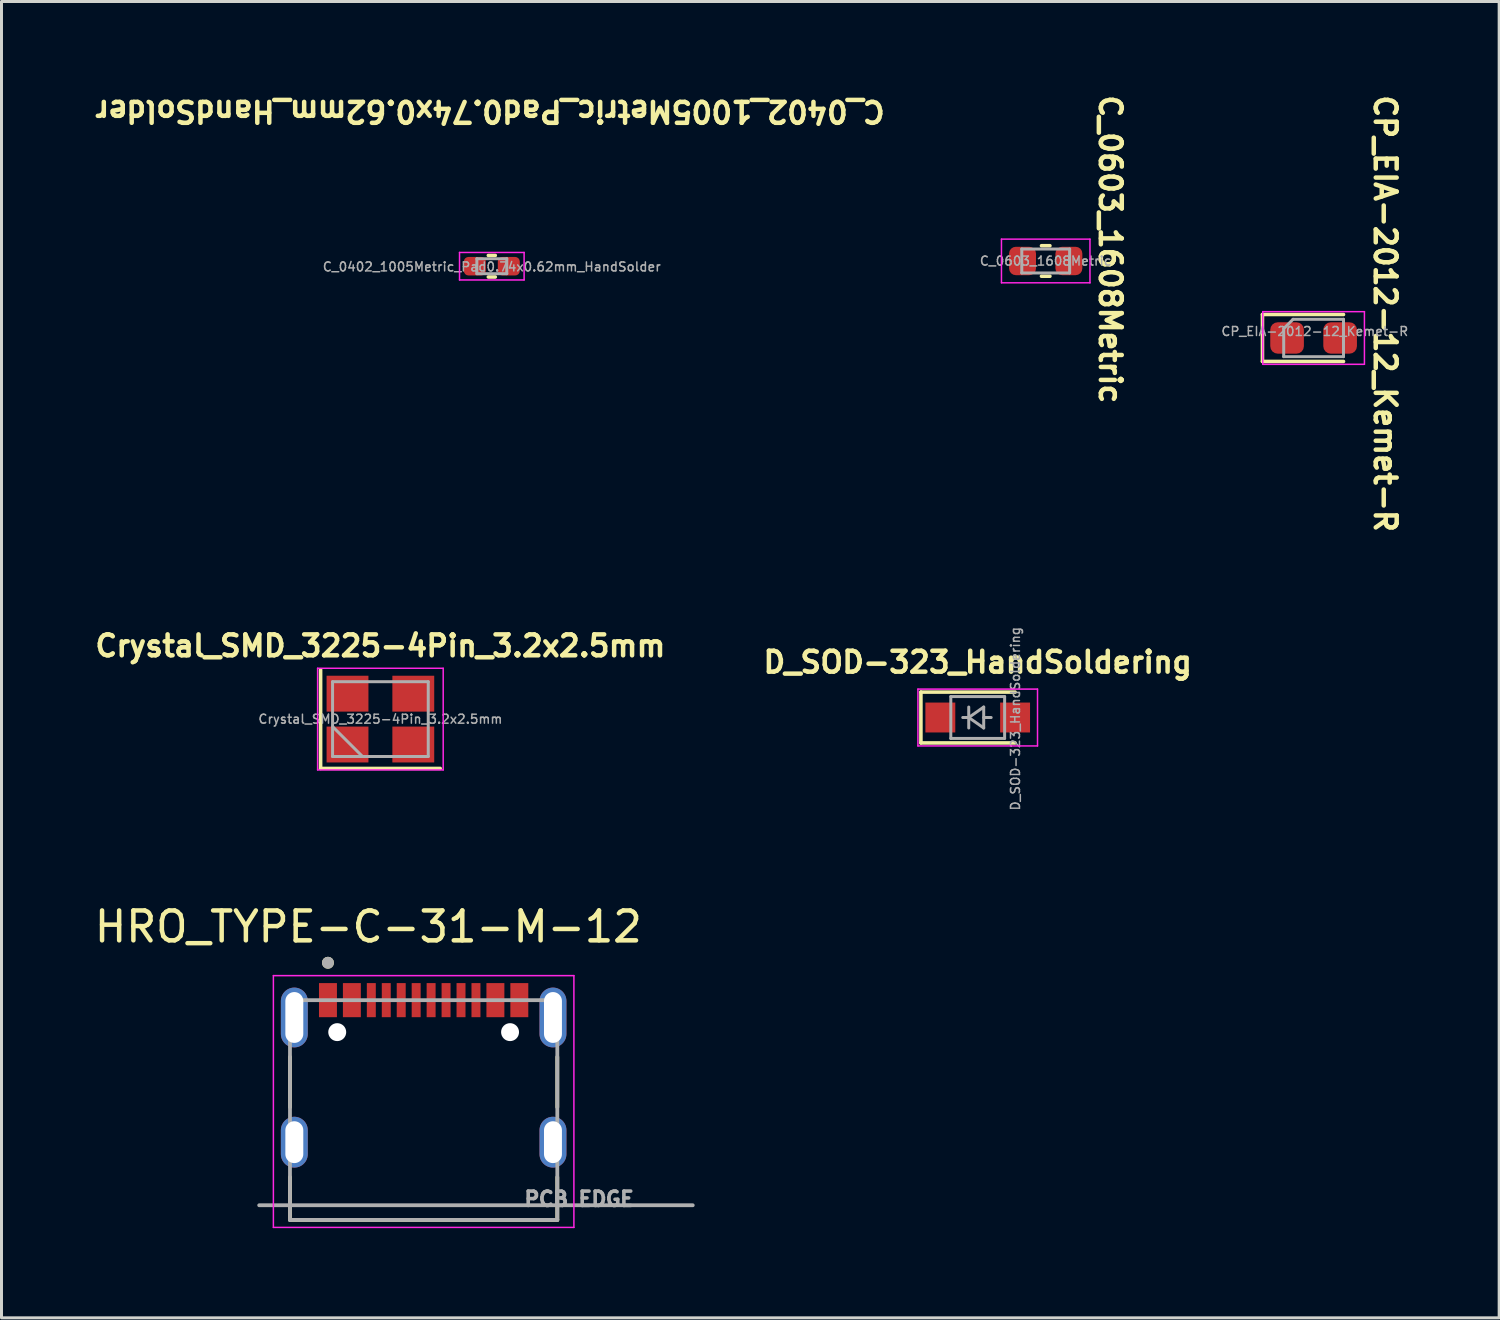
<source format=kicad_pcb>
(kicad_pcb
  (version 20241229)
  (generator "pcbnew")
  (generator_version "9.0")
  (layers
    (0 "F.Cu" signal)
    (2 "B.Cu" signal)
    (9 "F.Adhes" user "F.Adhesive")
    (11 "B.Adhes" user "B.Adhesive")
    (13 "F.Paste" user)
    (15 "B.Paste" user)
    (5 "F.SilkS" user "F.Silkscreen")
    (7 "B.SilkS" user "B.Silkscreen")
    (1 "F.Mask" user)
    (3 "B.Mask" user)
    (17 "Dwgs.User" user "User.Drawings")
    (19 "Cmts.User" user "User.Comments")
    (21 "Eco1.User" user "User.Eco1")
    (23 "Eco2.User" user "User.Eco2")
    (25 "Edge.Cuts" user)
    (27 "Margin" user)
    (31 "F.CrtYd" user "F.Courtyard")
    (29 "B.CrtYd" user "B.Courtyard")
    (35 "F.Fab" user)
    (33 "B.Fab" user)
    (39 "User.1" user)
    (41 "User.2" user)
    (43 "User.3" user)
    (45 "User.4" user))
  (footprint "C_0402_1005Metric_Pad0.74x0.62mm_HandSolder"
    (layer "F.Cu")
    (at 13.398 5.853)
    (property "Reference" "C_0402_1005Metric_Pad0.74x0.62mm_HandSolder" (at -0.06 -5.18 180) (unlocked yes) (layer "F.SilkS") (effects (font (size 0.7 0.7) (thickness 0.15))))
    (attr smd)
    (fp_line (start -0.116 -0.36) (end 0.116 -0.36) (stroke (width 0.12) (type solid)) (layer "F.SilkS"))
    (fp_line (start -0.116 0.36) (end 0.116 0.36) (stroke (width 0.12) (type solid)) (layer "F.SilkS"))
    (fp_line (start -1.08 -0.46) (end 1.08 -0.46) (stroke (width 0.05) (type solid)) (layer "F.CrtYd"))
    (fp_line (start -1.08 0.46) (end -1.08 -0.46) (stroke (width 0.05) (type solid)) (layer "F.CrtYd"))
    (fp_line (start 1.08 -0.46) (end 1.08 0.46) (stroke (width 0.05) (type solid)) (layer "F.CrtYd"))
    (fp_line (start 1.08 0.46) (end -1.08 0.46) (stroke (width 0.05) (type solid)) (layer "F.CrtYd"))
    (fp_line (start -0.5 -0.25) (end 0.5 -0.25) (stroke (width 0.1) (type solid)) (layer "F.Fab"))
    (fp_line (start -0.5 0.25) (end -0.5 -0.25) (stroke (width 0.1) (type solid)) (layer "F.Fab"))
    (fp_line (start 0.5 -0.25) (end 0.5 0.25) (stroke (width 0.1) (type solid)) (layer "F.Fab"))
    (fp_line (start 0.5 0.25) (end -0.5 0.25) (stroke (width 0.1) (type solid)) (layer "F.Fab"))
    (fp_text user "${REFERENCE}" (at 0 0.02 0) (layer "F.Fab") (effects (font (size 0.3 0.3) (thickness 0.05))))
    (pad "1" smd roundrect (at -0.568 0) (size 0.735 0.62) (layers "F.Cu" "F.Mask" "F.Paste") (roundrect_rratio 0.25))
    (pad "2" smd roundrect (at 0.568 0) (size 0.735 0.62) (layers "F.Cu" "F.Mask" "F.Paste") (roundrect_rratio 0.25)))
  (footprint "C_0603_1608Metric"
    (layer "F.Cu")
    (at 31.922 5.678)
    (property "Reference" "C_0603_1608Metric" (at 2.16 -0.39 270) (unlocked yes) (layer "F.SilkS") (effects (font (size 0.7 0.7) (thickness 0.15))))
    (attr smd)
    (fp_line (start -0.141 -0.51) (end 0.141 -0.51) (stroke (width 0.12) (type solid)) (layer "F.SilkS"))
    (fp_line (start -0.141 0.51) (end 0.141 0.51) (stroke (width 0.12) (type solid)) (layer "F.SilkS"))
    (fp_line (start -1.48 -0.73) (end 1.48 -0.73) (stroke (width 0.05) (type solid)) (layer "F.CrtYd"))
    (fp_line (start -1.48 0.73) (end -1.48 -0.73) (stroke (width 0.05) (type solid)) (layer "F.CrtYd"))
    (fp_line (start 1.48 -0.73) (end 1.48 0.73) (stroke (width 0.05) (type solid)) (layer "F.CrtYd"))
    (fp_line (start 1.48 0.73) (end -1.48 0.73) (stroke (width 0.05) (type solid)) (layer "F.CrtYd"))
    (fp_line (start -0.8 -0.4) (end 0.8 -0.4) (stroke (width 0.1) (type solid)) (layer "F.Fab"))
    (fp_line (start -0.8 0.4) (end -0.8 -0.4) (stroke (width 0.1) (type solid)) (layer "F.Fab"))
    (fp_line (start 0.8 -0.4) (end 0.8 0.4) (stroke (width 0.1) (type solid)) (layer "F.Fab"))
    (fp_line (start 0.8 0.4) (end -0.8 0.4) (stroke (width 0.1) (type solid)) (layer "F.Fab"))
    (fp_text user "${REFERENCE}" (at 0 0 0) (layer "F.Fab") (effects (font (size 0.3 0.3) (thickness 0.05))))
    (pad "1" smd roundrect (at -0.775 0) (size 0.9 0.95) (layers "F.Cu" "F.Mask" "F.Paste") (roundrect_rratio 0.25))
    (pad "2" smd roundrect (at 0.775 0) (size 0.9 0.95) (layers "F.Cu" "F.Mask" "F.Paste") (roundrect_rratio 0.25)))
  (footprint "CP_EIA-2012-12_Kemet-R"
    (layer "F.Cu")
    (at 40.881 8.253)
    (property "Reference" "CP_EIA-2012-12_Kemet-R" (at 2.395 -0.815 270) (unlocked yes) (layer "F.SilkS") (effects (font (size 0.7 0.7) (thickness 0.15))))
    (attr smd)
    (fp_line (start -1.71 -0.785) (end -1.71 0.785) (stroke (width 0.12) (type solid)) (layer "F.SilkS"))
    (fp_line (start -1.71 0.785) (end 1 0.785) (stroke (width 0.12) (type solid)) (layer "F.SilkS"))
    (fp_line (start 1 -0.785) (end -1.71 -0.785) (stroke (width 0.12) (type solid)) (layer "F.SilkS"))
    (fp_line (start -1.7 -0.88) (end 1.7 -0.88) (stroke (width 0.05) (type solid)) (layer "F.CrtYd"))
    (fp_line (start -1.7 0.88) (end -1.7 -0.88) (stroke (width 0.05) (type solid)) (layer "F.CrtYd"))
    (fp_line (start 1.7 -0.88) (end 1.7 0.88) (stroke (width 0.05) (type solid)) (layer "F.CrtYd"))
    (fp_line (start 1.7 0.88) (end -1.7 0.88) (stroke (width 0.05) (type solid)) (layer "F.CrtYd"))
    (fp_line (start -1 -0.312) (end -1 0.625) (stroke (width 0.1) (type solid)) (layer "F.Fab"))
    (fp_line (start -1 0.625) (end 1 0.625) (stroke (width 0.1) (type solid)) (layer "F.Fab"))
    (fp_line (start -0.688 -0.625) (end -1 -0.312) (stroke (width 0.1) (type solid)) (layer "F.Fab"))
    (fp_line (start 1 -0.625) (end -0.688 -0.625) (stroke (width 0.1) (type solid)) (layer "F.Fab"))
    (fp_line (start 1 0.625) (end 1 -0.625) (stroke (width 0.1) (type solid)) (layer "F.Fab"))
    (fp_text user "${REFERENCE}" (at 0.04 -0.22 0) (layer "F.Fab") (effects (font (size 0.3 0.3) (thickness 0.05))))
    (pad "1" smd roundrect (at -0.887 0) (size 1.125 1.05) (layers "F.Cu" "F.Mask" "F.Paste") (roundrect_rratio 0.238))
    (pad "2" smd roundrect (at 0.887 0) (size 1.125 1.05) (layers "F.Cu" "F.Mask" "F.Paste") (roundrect_rratio 0.238)))
  (footprint "Crystal_SMD_3225-4Pin_3.2x2.5mm"
    (layer "F.Cu")
    (at 9.672 20.999)
    (property "Reference" "Crystal_SMD_3225-4Pin_3.2x2.5mm" (at 0 -2.45 0) (layer "F.SilkS") (effects (font (size 0.7 0.7) (thickness 0.15))))
    (attr smd)
    (fp_line (start -2 -1.65) (end -2 1.65) (stroke (width 0.12) (type solid)) (layer "F.SilkS"))
    (fp_line (start -2 1.65) (end 2 1.65) (stroke (width 0.12) (type solid)) (layer "F.SilkS"))
    (fp_line (start -2.1 -1.7) (end -2.1 1.7) (stroke (width 0.05) (type solid)) (layer "F.CrtYd"))
    (fp_line (start -2.1 1.7) (end 2.1 1.7) (stroke (width 0.05) (type solid)) (layer "F.CrtYd"))
    (fp_line (start 2.1 -1.7) (end -2.1 -1.7) (stroke (width 0.05) (type solid)) (layer "F.CrtYd"))
    (fp_line (start 2.1 1.7) (end 2.1 -1.7) (stroke (width 0.05) (type solid)) (layer "F.CrtYd"))
    (fp_line (start -1.6 -1.25) (end -1.6 1.25) (stroke (width 0.1) (type solid)) (layer "F.Fab"))
    (fp_line (start -1.6 0.25) (end -0.6 1.25) (stroke (width 0.1) (type solid)) (layer "F.Fab"))
    (fp_line (start -1.6 1.25) (end 1.6 1.25) (stroke (width 0.1) (type solid)) (layer "F.Fab"))
    (fp_line (start 1.6 -1.25) (end -1.6 -1.25) (stroke (width 0.1) (type solid)) (layer "F.Fab"))
    (fp_line (start 1.6 1.25) (end 1.6 -1.25) (stroke (width 0.1) (type solid)) (layer "F.Fab"))
    (fp_text user "${REFERENCE}" (at 0 0 0) (layer "F.Fab") (effects (font (size 0.3 0.3) (thickness 0.05))))
    (pad "1" smd rect (at -1.1 0.85) (size 1.4 1.2) (layers "F.Cu" "F.Mask" "F.Paste"))
    (pad "2" smd rect (at 1.1 0.85) (size 1.4 1.2) (layers "F.Cu" "F.Mask" "F.Paste"))
    (pad "3" smd rect (at 1.1 -0.85) (size 1.4 1.2) (layers "F.Cu" "F.Mask" "F.Paste"))
    (pad "4" smd rect (at -1.1 -0.85) (size 1.4 1.2) (layers "F.Cu" "F.Mask" "F.Paste")))
  (footprint "D_SOD-323_HandSoldering"
    (layer "F.Cu")
    (at 29.648 20.946)
    (property "Reference" "D_SOD-323_HandSoldering" (at 0 -1.85 0) (layer "F.SilkS") (effects (font (size 0.7 0.7) (thickness 0.15))))
    (attr smd)
    (fp_line (start -1.9 -0.85) (end -1.9 0.85) (stroke (width 0.12) (type solid)) (layer "F.SilkS"))
    (fp_line (start -1.9 -0.85) (end 1.25 -0.85) (stroke (width 0.12) (type solid)) (layer "F.SilkS"))
    (fp_line (start -1.9 0.85) (end 1.25 0.85) (stroke (width 0.12) (type solid)) (layer "F.SilkS"))
    (fp_line (start -2 -0.95) (end -2 0.95) (stroke (width 0.05) (type solid)) (layer "F.CrtYd"))
    (fp_line (start -2 -0.95) (end 2 -0.95) (stroke (width 0.05) (type solid)) (layer "F.CrtYd"))
    (fp_line (start -2 0.95) (end 2 0.95) (stroke (width 0.05) (type solid)) (layer "F.CrtYd"))
    (fp_line (start 2 -0.95) (end 2 0.95) (stroke (width 0.05) (type solid)) (layer "F.CrtYd"))
    (fp_line (start -0.9 -0.7) (end 0.9 -0.7) (stroke (width 0.1) (type solid)) (layer "F.Fab"))
    (fp_line (start -0.9 0.7) (end -0.9 -0.7) (stroke (width 0.1) (type solid)) (layer "F.Fab"))
    (fp_line (start -0.3 -0.35) (end -0.3 0.35) (stroke (width 0.1) (type solid)) (layer "F.Fab"))
    (fp_line (start -0.3 0) (end -0.5 0) (stroke (width 0.1) (type solid)) (layer "F.Fab"))
    (fp_line (start -0.3 0) (end 0.2 -0.35) (stroke (width 0.1) (type solid)) (layer "F.Fab"))
    (fp_line (start 0.2 -0.35) (end 0.2 0.35) (stroke (width 0.1) (type solid)) (layer "F.Fab"))
    (fp_line (start 0.2 0) (end 0.45 0) (stroke (width 0.1) (type solid)) (layer "F.Fab"))
    (fp_line (start 0.2 0.35) (end -0.3 0) (stroke (width 0.1) (type solid)) (layer "F.Fab"))
    (fp_line (start 0.9 -0.7) (end 0.9 0.7) (stroke (width 0.1) (type solid)) (layer "F.Fab"))
    (fp_line (start 0.9 0.7) (end -0.9 0.7) (stroke (width 0.1) (type solid)) (layer "F.Fab"))
    (fp_text user "${REFERENCE}" (at 1.26 0.04 90) (layer "F.Fab") (effects (font (size 0.3 0.3) (thickness 0.05))))
    (pad "1" smd rect (at -1.25 0) (size 1 1) (layers "F.Cu" "F.Mask" "F.Paste"))
    (pad "2" smd rect (at 1.25 0) (size 1 1) (layers "F.Cu" "F.Mask" "F.Paste")))
  (footprint "HRO_TYPE-C-31-M-12"
    (layer "F.Cu")
    (at 11.118 35.148)
    (property "Reference" "HRO_TYPE-C-31-M-12" (at -1.85 -7.205 0) (layer "F.SilkS") (effects (font (size 1 1) (thickness 0.15))))
    (attr smd)
    (fp_poly (pts (xy -3.55 -5.37) (xy -2.85 -5.37) (xy -2.85 -4.13) (xy -3.55 -4.13)) (stroke (width 0.01) (type solid)) (fill yes) (layer "F.Mask"))
    (fp_poly (pts (xy -2.75 -5.37) (xy -2.05 -5.37) (xy -2.05 -4.13) (xy -2.75 -4.13)) (stroke (width 0.01) (type solid)) (fill yes) (layer "F.Mask"))
    (fp_poly (pts (xy -1.95 -5.37) (xy -1.55 -5.37) (xy -1.55 -4.13) (xy -1.95 -4.13)) (stroke (width 0.01) (type solid)) (fill yes) (layer "F.Mask"))
    (fp_poly (pts (xy -1.45 -5.37) (xy -1.05 -5.37) (xy -1.05 -4.13) (xy -1.45 -4.13)) (stroke (width 0.01) (type solid)) (fill yes) (layer "F.Mask"))
    (fp_poly (pts (xy -0.95 -5.37) (xy -0.55 -5.37) (xy -0.55 -4.13) (xy -0.95 -4.13)) (stroke (width 0.01) (type solid)) (fill yes) (layer "F.Mask"))
    (fp_poly (pts (xy -0.45 -5.37) (xy -0.05 -5.37) (xy -0.05 -4.13) (xy -0.45 -4.13)) (stroke (width 0.01) (type solid)) (fill yes) (layer "F.Mask"))
    (fp_poly (pts (xy 0.05 -5.37) (xy 0.45 -5.37) (xy 0.45 -4.13) (xy 0.05 -4.13)) (stroke (width 0.01) (type solid)) (fill yes) (layer "F.Mask"))
    (fp_poly (pts (xy 0.55 -5.37) (xy 0.95 -5.37) (xy 0.95 -4.13) (xy 0.55 -4.13)) (stroke (width 0.01) (type solid)) (fill yes) (layer "F.Mask"))
    (fp_poly (pts (xy 1.05 -5.37) (xy 1.45 -5.37) (xy 1.45 -4.13) (xy 1.05 -4.13)) (stroke (width 0.01) (type solid)) (fill yes) (layer "F.Mask"))
    (fp_poly (pts (xy 1.55 -5.37) (xy 1.95 -5.37) (xy 1.95 -4.13) (xy 1.55 -4.13)) (stroke (width 0.01) (type solid)) (fill yes) (layer "F.Mask"))
    (fp_poly (pts (xy 2.05 -5.37) (xy 2.75 -5.37) (xy 2.75 -4.13) (xy 2.05 -4.13)) (stroke (width 0.01) (type solid)) (fill yes) (layer "F.Mask"))
    (fp_poly (pts (xy 2.85 -5.37) (xy 3.55 -5.37) (xy 3.55 -4.13) (xy 2.85 -4.13)) (stroke (width 0.01) (type solid)) (fill yes) (layer "F.Mask"))
    (fp_line (start -4.47 -2.85) (end -4.47 -1.17) (stroke (width 0.127) (type solid)) (layer "F.SilkS"))
    (fp_line (start -4.47 2.6) (end -4.47 1.17) (stroke (width 0.127) (type solid)) (layer "F.SilkS"))
    (fp_line (start -4.47 2.6) (end 4.47 2.6) (stroke (width 0.127) (type solid)) (layer "F.SilkS"))
    (fp_line (start 4.47 -2.85) (end 4.47 -1.17) (stroke (width 0.127) (type solid)) (layer "F.SilkS"))
    (fp_line (start 4.47 2.6) (end 4.47 1.17) (stroke (width 0.127) (type solid)) (layer "F.SilkS"))
    (fp_circle (center -3.2 -6) (end -3.1 -6) (stroke (width 0.2) (type solid)) (fill no) (layer "F.SilkS"))
    (fp_line (start -5.025 -5.57) (end -5.025 2.85) (stroke (width 0.05) (type solid)) (layer "F.CrtYd"))
    (fp_line (start -5.025 2.85) (end 5.025 2.85) (stroke (width 0.05) (type solid)) (layer "F.CrtYd"))
    (fp_line (start 5.025 -5.57) (end -5.025 -5.57) (stroke (width 0.05) (type solid)) (layer "F.CrtYd"))
    (fp_line (start 5.025 2.85) (end 5.025 -5.57) (stroke (width 0.05) (type solid)) (layer "F.CrtYd"))
    (fp_line (start -5.5 2.11) (end 9 2.11) (stroke (width 0.127) (type solid)) (layer "F.Fab"))
    (fp_line (start -4.47 -4.75) (end -4.47 2.6) (stroke (width 0.127) (type solid)) (layer "F.Fab"))
    (fp_line (start -4.47 2.6) (end 4.47 2.6) (stroke (width 0.127) (type solid)) (layer "F.Fab"))
    (fp_line (start 4.47 -4.75) (end -4.47 -4.75) (stroke (width 0.127) (type solid)) (layer "F.Fab"))
    (fp_line (start 4.47 2.6) (end 4.47 -4.75) (stroke (width 0.127) (type solid)) (layer "F.Fab"))
    (fp_circle (center -3.2 -6) (end -3.1 -6) (stroke (width 0.2) (type solid)) (fill no) (layer "F.Fab"))
    (fp_text user "PCB EDGE" (at 5.2 1.9 0) (layer "F.Fab") (effects (font (size 0.48 0.48) (thickness 0.12))))
    (pad "" np_thru_hole circle (at -2.89 -3.68) (size 0.6 0.6) (drill 0.6) (layers "*.Cu" "*.Mask"))
    (pad "" np_thru_hole circle (at 2.89 -3.68) (size 0.6 0.6) (drill 0.6) (layers "*.Cu" "*.Mask"))
    (pad "A1_B12" smd rect (at -3.2 -4.75) (size 0.6 1.14) (layers "F.Cu" "F.Paste"))
    (pad "A4_B9" smd rect (at -2.4 -4.75) (size 0.6 1.14) (layers "F.Cu" "F.Paste"))
    (pad "A5" smd rect (at -1.25 -4.75) (size 0.3 1.14) (layers "F.Cu" "F.Paste"))
    (pad "A6" smd rect (at -0.25 -4.75) (size 0.3 1.14) (layers "F.Cu" "F.Paste"))
    (pad "A7" smd rect (at 0.25 -4.75) (size 0.3 1.14) (layers "F.Cu" "F.Paste"))
    (pad "A8" smd rect (at 1.25 -4.75) (size 0.3 1.14) (layers "F.Cu" "F.Paste"))
    (pad "B1_A12" smd rect (at 3.2 -4.75) (size 0.6 1.14) (layers "F.Cu" "F.Paste"))
    (pad "B4_A9" smd rect (at 2.4 -4.75) (size 0.6 1.14) (layers "F.Cu" "F.Paste"))
    (pad "B5" smd rect (at 1.75 -4.75) (size 0.3 1.14) (layers "F.Cu" "F.Paste"))
    (pad "B6" smd rect (at 0.75 -4.75) (size 0.3 1.14) (layers "F.Cu" "F.Paste"))
    (pad "B7" smd rect (at -0.75 -4.75) (size 0.3 1.14) (layers "F.Cu" "F.Paste"))
    (pad "B8" smd rect (at -1.75 -4.75) (size 0.3 1.14) (layers "F.Cu" "F.Paste"))
    (pad "S1" thru_hole oval (at -4.325 -4.17) (size 0.9 2) (drill oval 0.6 1.7) (layers "*.Cu" "*.Mask"))
    (pad "S2" thru_hole oval (at 4.325 -4.17) (size 0.9 2) (drill oval 0.6 1.7) (layers "*.Cu" "*.Mask"))
    (pad "S3" thru_hole oval (at -4.325 0) (size 0.9 1.7) (drill oval 0.6 1.4) (layers "*.Cu" "*.Mask"))
    (pad "S4" thru_hole oval (at 4.325 0) (size 0.9 1.7) (drill oval 0.6 1.4) (layers "*.Cu" "*.Mask")))
  (gr_rect
    (start -3 -3)
    (end 47.087 41.023)
    (stroke (width 0.1) (type default))
    (fill no)
    (layer "Edge.Cuts")))
</source>
